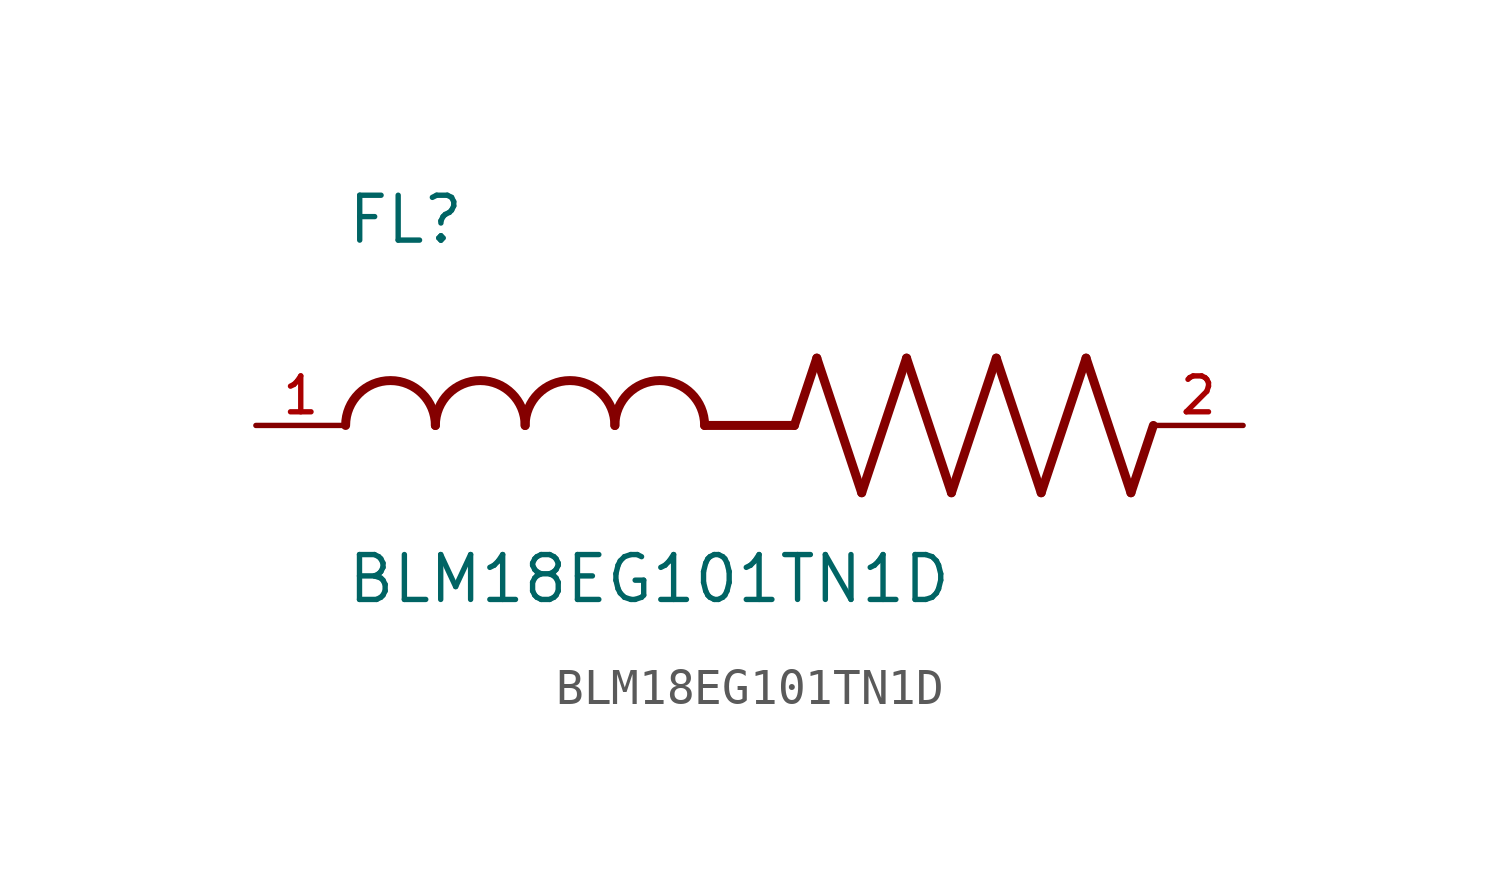
<source format=kicad_sym>
(kicad_symbol_lib
  (version 20231120)
  (generator "kicad_symbol_editor")
  (generator_version "8.0")
  (symbol "BLM18EG101TN1D"
    (pin_names
      (offset 1.016))
    (property "Reference" "FL"
      (at -12.704 5.082 0)
      (effects (font (size 1.27 1.27)) (justify left bottom)))
    (property "Value" "BLM18EG101TN1D"
      (at -12.71 -5.087 0)
      (effects (font (size 1.27 1.27)) (justify left bottom)))
    (symbol "BLM18EG101TN1D_0_0"
      (arc (start -10.16 0) (mid -11.43 1.2645) (end -12.7 0) (stroke (width 0.254) (type default)) (fill (type none)))
      (arc (start -7.62 0) (mid -8.89 1.2645) (end -10.16 0) (stroke (width 0.254) (type default)) (fill (type none)))
      (arc (start -5.08 0) (mid -6.35 1.2645) (end -7.62 0) (stroke (width 0.254) (type default)) (fill (type none)))
      (arc (start -2.54 0) (mid -3.81 1.2645) (end -5.08 0) (stroke (width 0.254) (type default)) (fill (type none)))
      (polyline (pts (xy 0 0) (xy -2.54 0)) (stroke (width 0.254) (type default)) (fill (type none)))
      (polyline (pts (xy 0 0) (xy 0.635 1.905)) (stroke (width 0.254) (type default)) (fill (type none)))
      (polyline (pts (xy 0.635 1.905) (xy 1.905 -1.905)) (stroke (width 0.254) (type default)) (fill (type none)))
      (polyline (pts (xy 1.905 -1.905) (xy 3.175 1.905)) (stroke (width 0.254) (type default)) (fill (type none)))
      (polyline (pts (xy 3.175 1.905) (xy 4.445 -1.905)) (stroke (width 0.254) (type default)) (fill (type none)))
      (polyline (pts (xy 4.445 -1.905) (xy 5.715 1.905)) (stroke (width 0.254) (type default)) (fill (type none)))
      (polyline (pts (xy 5.715 1.905) (xy 6.985 -1.905)) (stroke (width 0.254) (type default)) (fill (type none)))
      (polyline (pts (xy 6.985 -1.905) (xy 8.255 1.905)) (stroke (width 0.254) (type default)) (fill (type none)))
      (polyline (pts (xy 8.255 1.905) (xy 9.525 -1.905)) (stroke (width 0.254) (type default)) (fill (type none)))
      (polyline (pts (xy 9.525 -1.905) (xy 10.16 0)) (stroke (width 0.254) (type default)) (fill (type none)))
      (pin passive line (at -15.24 0 0) (length 2.54) (name "~" (effects (font (size 1.016 1.016)))) (number "1" (effects (font (size 1.016 1.016)))))
      (pin passive line (at 12.7 0 180) (length 2.54) (name "~" (effects (font (size 1.016 1.016)))) (number "2" (effects (font (size 1.016 1.016))))))))
</source>
